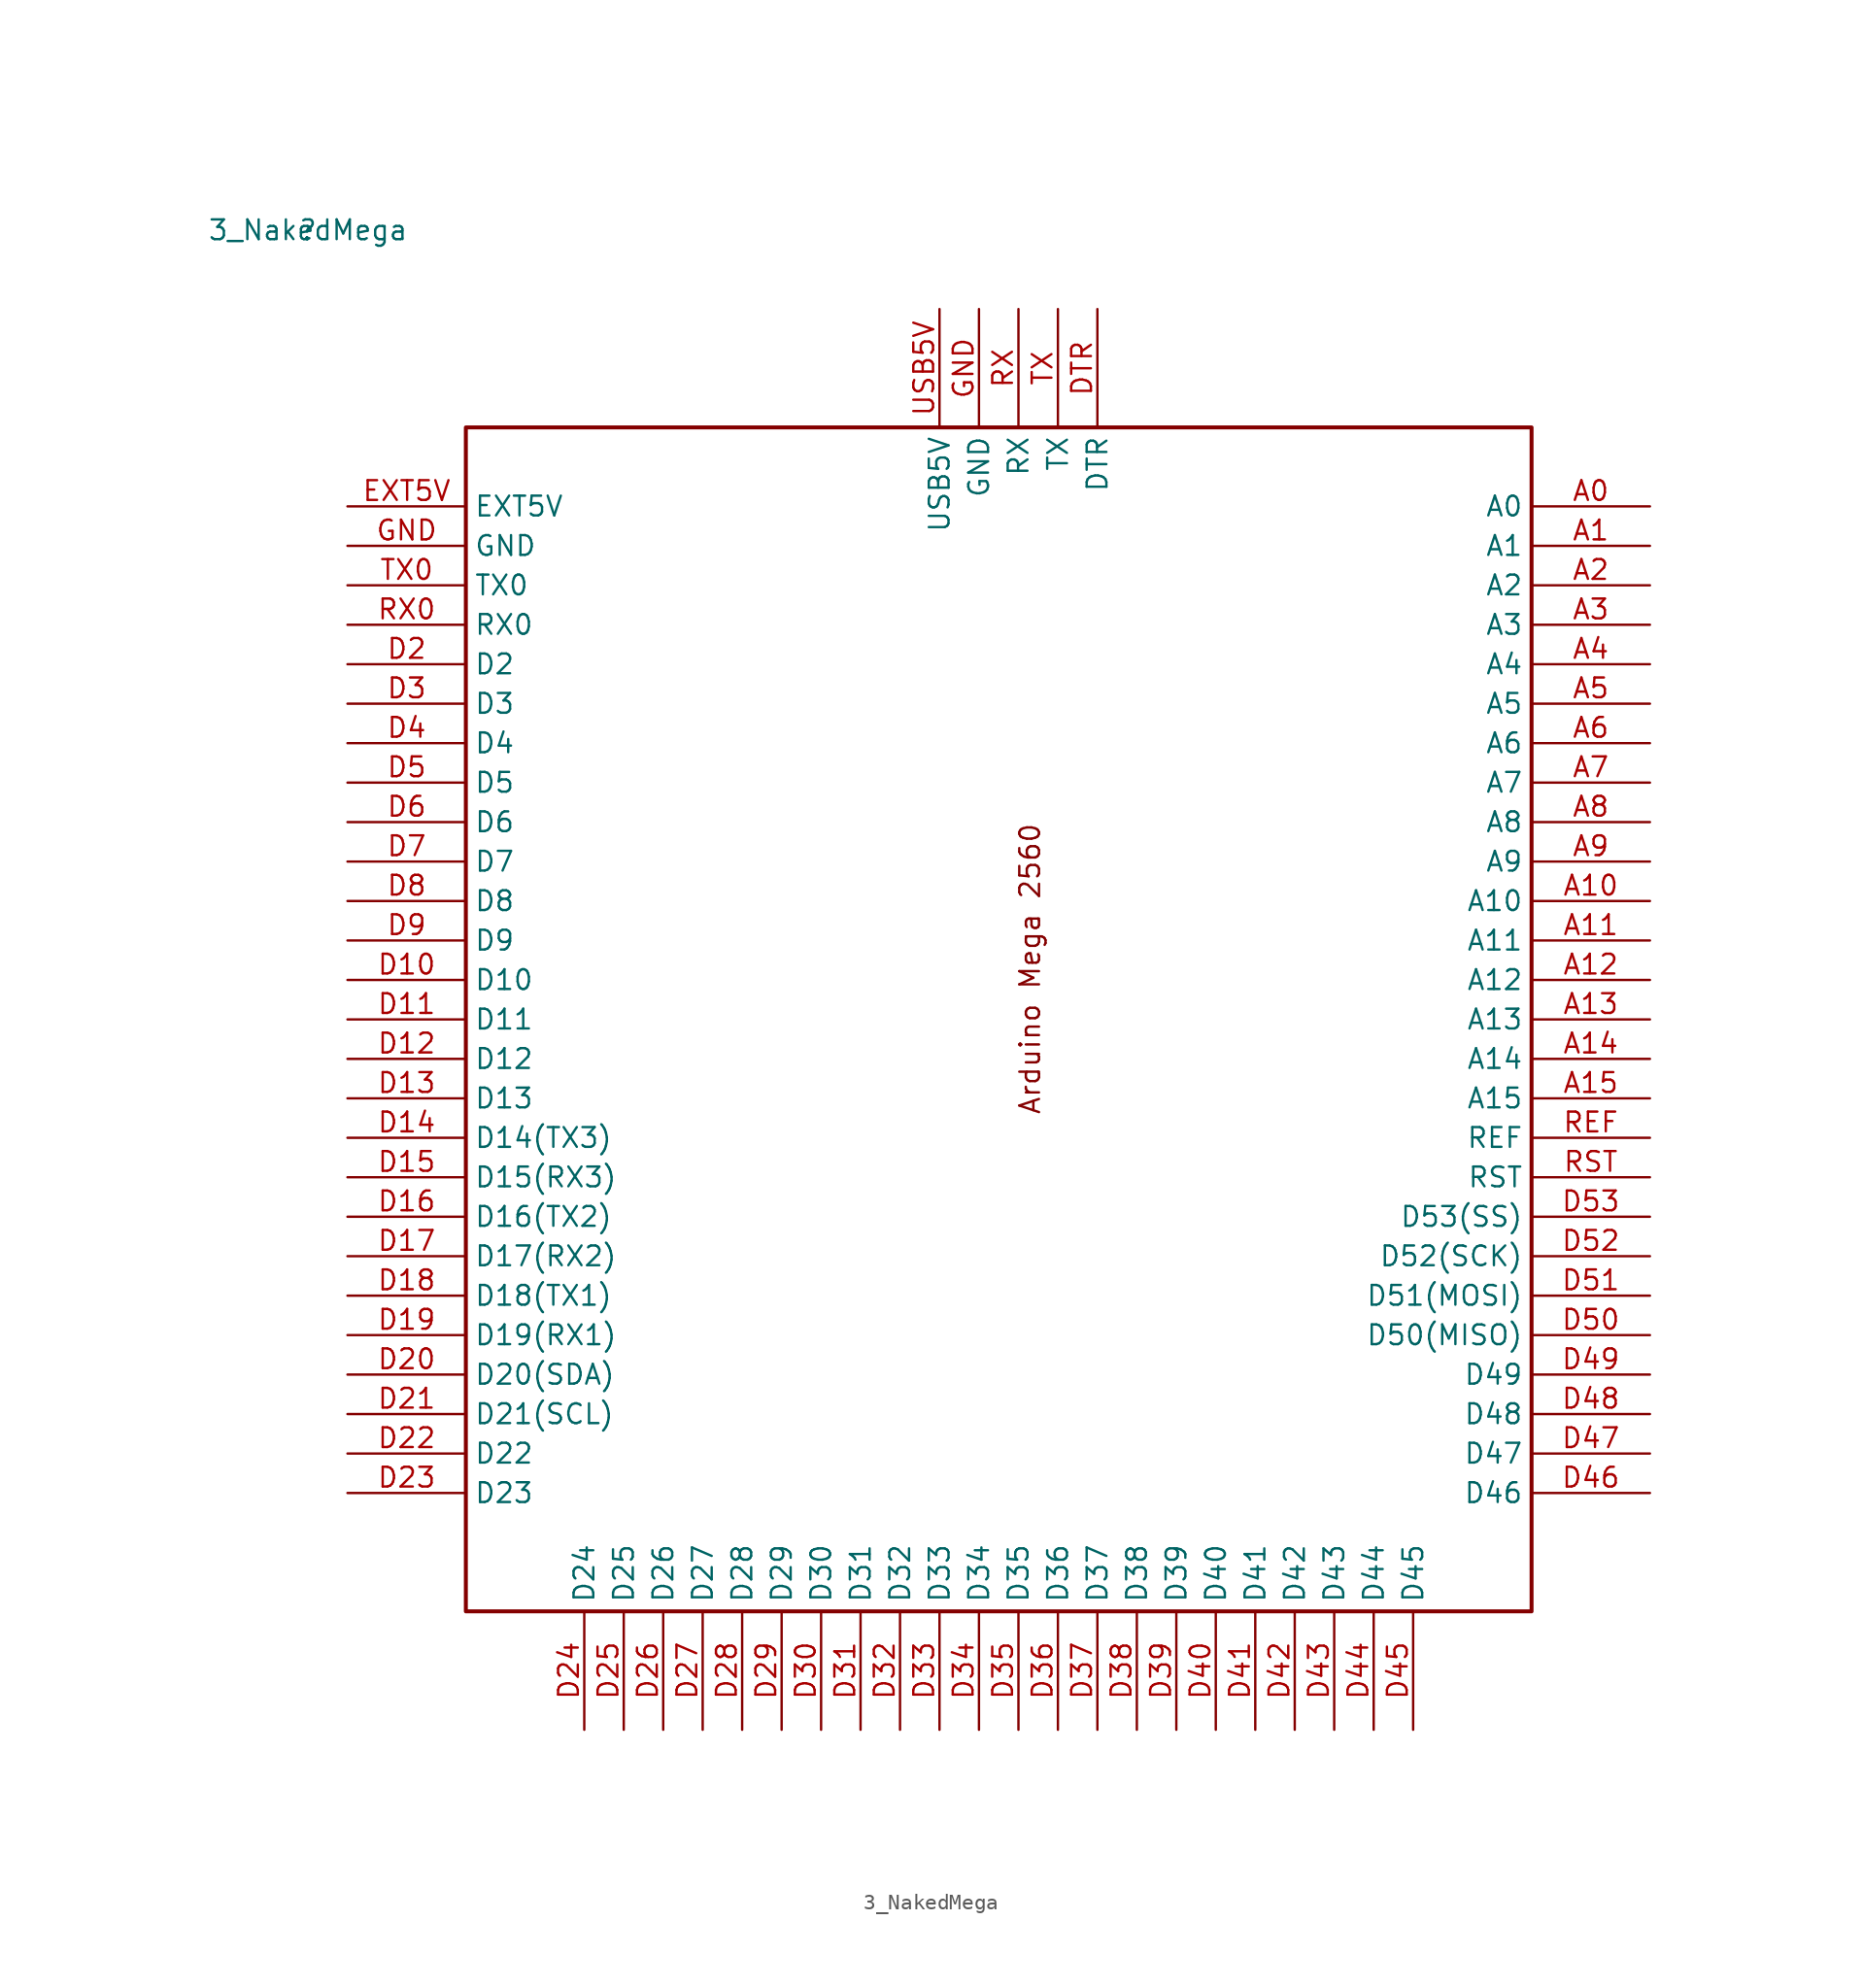
<source format=kicad_sym>
(kicad_symbol_lib
  (version 20211014)
  (generator kicad_symbol_editor)
  (symbol "3_NakedMega"
    (property "Reference" ""
      (at 0 0 0)
      (effects (font (size 1.27 1.27))))
    (property "Value" "3_NakedMega"
      (at 0 0 0)
      (effects (font (size 1.27 1.27))))
    (symbol "3_NakedMega_1_0"
      (polyline (pts (xy 10.16 -12.7) (xy 10.16 -88.9) (xy 78.74 -88.9) (xy 78.74 -12.7) (xy 10.16 -12.7)) (stroke (width 0.254) (type default) (color 0 0 0 0)) (fill (type none)))
      (text "Arduino Mega 2560" (at 45.72 -38.1 900) (effects (font (size 1.27 1.27)) (justify right top)))
      (pin passive line (at 86.36 -17.78 180) (length 7.62) (name "A0" (effects (font (size 1.27 1.27)))) (number "A0" (effects (font (size 1.27 1.27)))))
      (pin passive line (at 86.36 -20.32 180) (length 7.62) (name "A1" (effects (font (size 1.27 1.27)))) (number "A1" (effects (font (size 1.27 1.27)))))
      (pin passive line (at 86.36 -43.18 180) (length 7.62) (name "A10" (effects (font (size 1.27 1.27)))) (number "A10" (effects (font (size 1.27 1.27)))))
      (pin passive line (at 86.36 -45.72 180) (length 7.62) (name "A11" (effects (font (size 1.27 1.27)))) (number "A11" (effects (font (size 1.27 1.27)))))
      (pin passive line (at 86.36 -48.26 180) (length 7.62) (name "A12" (effects (font (size 1.27 1.27)))) (number "A12" (effects (font (size 1.27 1.27)))))
      (pin passive line (at 86.36 -50.8 180) (length 7.62) (name "A13" (effects (font (size 1.27 1.27)))) (number "A13" (effects (font (size 1.27 1.27)))))
      (pin passive line (at 86.36 -53.34 180) (length 7.62) (name "A14" (effects (font (size 1.27 1.27)))) (number "A14" (effects (font (size 1.27 1.27)))))
      (pin passive line (at 86.36 -55.88 180) (length 7.62) (name "A15" (effects (font (size 1.27 1.27)))) (number "A15" (effects (font (size 1.27 1.27)))))
      (pin passive line (at 86.36 -22.86 180) (length 7.62) (name "A2" (effects (font (size 1.27 1.27)))) (number "A2" (effects (font (size 1.27 1.27)))))
      (pin passive line (at 86.36 -25.4 180) (length 7.62) (name "A3" (effects (font (size 1.27 1.27)))) (number "A3" (effects (font (size 1.27 1.27)))))
      (pin passive line (at 86.36 -27.94 180) (length 7.62) (name "A4" (effects (font (size 1.27 1.27)))) (number "A4" (effects (font (size 1.27 1.27)))))
      (pin passive line (at 86.36 -30.48 180) (length 7.62) (name "A5" (effects (font (size 1.27 1.27)))) (number "A5" (effects (font (size 1.27 1.27)))))
      (pin passive line (at 86.36 -33.02 180) (length 7.62) (name "A6" (effects (font (size 1.27 1.27)))) (number "A6" (effects (font (size 1.27 1.27)))))
      (pin passive line (at 86.36 -35.56 180) (length 7.62) (name "A7" (effects (font (size 1.27 1.27)))) (number "A7" (effects (font (size 1.27 1.27)))))
      (pin passive line (at 86.36 -38.1 180) (length 7.62) (name "A8" (effects (font (size 1.27 1.27)))) (number "A8" (effects (font (size 1.27 1.27)))))
      (pin passive line (at 86.36 -40.64 180) (length 7.62) (name "A9" (effects (font (size 1.27 1.27)))) (number "A9" (effects (font (size 1.27 1.27)))))
      (pin passive line (at 2.54 -48.26 0) (length 7.62) (name "D10" (effects (font (size 1.27 1.27)))) (number "D10" (effects (font (size 1.27 1.27)))))
      (pin passive line (at 2.54 -50.8 0) (length 7.62) (name "D11" (effects (font (size 1.27 1.27)))) (number "D11" (effects (font (size 1.27 1.27)))))
      (pin passive line (at 2.54 -53.34 0) (length 7.62) (name "D12" (effects (font (size 1.27 1.27)))) (number "D12" (effects (font (size 1.27 1.27)))))
      (pin passive line (at 2.54 -55.88 0) (length 7.62) (name "D13" (effects (font (size 1.27 1.27)))) (number "D13" (effects (font (size 1.27 1.27)))))
      (pin passive line (at 2.54 -58.42 0) (length 7.62) (name "D14(TX3)" (effects (font (size 1.27 1.27)))) (number "D14" (effects (font (size 1.27 1.27)))))
      (pin passive line (at 2.54 -60.96 0) (length 7.62) (name "D15(RX3)" (effects (font (size 1.27 1.27)))) (number "D15" (effects (font (size 1.27 1.27)))))
      (pin passive line (at 2.54 -63.5 0) (length 7.62) (name "D16(TX2)" (effects (font (size 1.27 1.27)))) (number "D16" (effects (font (size 1.27 1.27)))))
      (pin passive line (at 2.54 -66.04 0) (length 7.62) (name "D17(RX2)" (effects (font (size 1.27 1.27)))) (number "D17" (effects (font (size 1.27 1.27)))))
      (pin passive line (at 2.54 -68.58 0) (length 7.62) (name "D18(TX1)" (effects (font (size 1.27 1.27)))) (number "D18" (effects (font (size 1.27 1.27)))))
      (pin passive line (at 2.54 -71.12 0) (length 7.62) (name "D19(RX1)" (effects (font (size 1.27 1.27)))) (number "D19" (effects (font (size 1.27 1.27)))))
      (pin passive line (at 2.54 -27.94 0) (length 7.62) (name "D2" (effects (font (size 1.27 1.27)))) (number "D2" (effects (font (size 1.27 1.27)))))
      (pin passive line (at 2.54 -73.66 0) (length 7.62) (name "D20(SDA)" (effects (font (size 1.27 1.27)))) (number "D20" (effects (font (size 1.27 1.27)))))
      (pin passive line (at 2.54 -76.2 0) (length 7.62) (name "D21(SCL)" (effects (font (size 1.27 1.27)))) (number "D21" (effects (font (size 1.27 1.27)))))
      (pin passive line (at 2.54 -78.74 0) (length 7.62) (name "D22" (effects (font (size 1.27 1.27)))) (number "D22" (effects (font (size 1.27 1.27)))))
      (pin passive line (at 2.54 -81.28 0) (length 7.62) (name "D23" (effects (font (size 1.27 1.27)))) (number "D23" (effects (font (size 1.27 1.27)))))
      (pin passive line (at 17.78 -96.52 90) (length 7.62) (name "D24" (effects (font (size 1.27 1.27)))) (number "D24" (effects (font (size 1.27 1.27)))))
      (pin passive line (at 20.32 -96.52 90) (length 7.62) (name "D25" (effects (font (size 1.27 1.27)))) (number "D25" (effects (font (size 1.27 1.27)))))
      (pin passive line (at 22.86 -96.52 90) (length 7.62) (name "D26" (effects (font (size 1.27 1.27)))) (number "D26" (effects (font (size 1.27 1.27)))))
      (pin passive line (at 25.4 -96.52 90) (length 7.62) (name "D27" (effects (font (size 1.27 1.27)))) (number "D27" (effects (font (size 1.27 1.27)))))
      (pin passive line (at 27.94 -96.52 90) (length 7.62) (name "D28" (effects (font (size 1.27 1.27)))) (number "D28" (effects (font (size 1.27 1.27)))))
      (pin passive line (at 30.48 -96.52 90) (length 7.62) (name "D29" (effects (font (size 1.27 1.27)))) (number "D29" (effects (font (size 1.27 1.27)))))
      (pin passive line (at 2.54 -30.48 0) (length 7.62) (name "D3" (effects (font (size 1.27 1.27)))) (number "D3" (effects (font (size 1.27 1.27)))))
      (pin passive line (at 33.02 -96.52 90) (length 7.62) (name "D30" (effects (font (size 1.27 1.27)))) (number "D30" (effects (font (size 1.27 1.27)))))
      (pin passive line (at 35.56 -96.52 90) (length 7.62) (name "D31" (effects (font (size 1.27 1.27)))) (number "D31" (effects (font (size 1.27 1.27)))))
      (pin passive line (at 38.1 -96.52 90) (length 7.62) (name "D32" (effects (font (size 1.27 1.27)))) (number "D32" (effects (font (size 1.27 1.27)))))
      (pin passive line (at 40.64 -96.52 90) (length 7.62) (name "D33" (effects (font (size 1.27 1.27)))) (number "D33" (effects (font (size 1.27 1.27)))))
      (pin passive line (at 43.18 -96.52 90) (length 7.62) (name "D34" (effects (font (size 1.27 1.27)))) (number "D34" (effects (font (size 1.27 1.27)))))
      (pin passive line (at 45.72 -96.52 90) (length 7.62) (name "D35" (effects (font (size 1.27 1.27)))) (number "D35" (effects (font (size 1.27 1.27)))))
      (pin passive line (at 48.26 -96.52 90) (length 7.62) (name "D36" (effects (font (size 1.27 1.27)))) (number "D36" (effects (font (size 1.27 1.27)))))
      (pin passive line (at 50.8 -96.52 90) (length 7.62) (name "D37" (effects (font (size 1.27 1.27)))) (number "D37" (effects (font (size 1.27 1.27)))))
      (pin passive line (at 53.34 -96.52 90) (length 7.62) (name "D38" (effects (font (size 1.27 1.27)))) (number "D38" (effects (font (size 1.27 1.27)))))
      (pin passive line (at 55.88 -96.52 90) (length 7.62) (name "D39" (effects (font (size 1.27 1.27)))) (number "D39" (effects (font (size 1.27 1.27)))))
      (pin passive line (at 2.54 -33.02 0) (length 7.62) (name "D4" (effects (font (size 1.27 1.27)))) (number "D4" (effects (font (size 1.27 1.27)))))
      (pin passive line (at 58.42 -96.52 90) (length 7.62) (name "D40" (effects (font (size 1.27 1.27)))) (number "D40" (effects (font (size 1.27 1.27)))))
      (pin passive line (at 60.96 -96.52 90) (length 7.62) (name "D41" (effects (font (size 1.27 1.27)))) (number "D41" (effects (font (size 1.27 1.27)))))
      (pin passive line (at 63.5 -96.52 90) (length 7.62) (name "D42" (effects (font (size 1.27 1.27)))) (number "D42" (effects (font (size 1.27 1.27)))))
      (pin passive line (at 66.04 -96.52 90) (length 7.62) (name "D43" (effects (font (size 1.27 1.27)))) (number "D43" (effects (font (size 1.27 1.27)))))
      (pin passive line (at 68.58 -96.52 90) (length 7.62) (name "D44" (effects (font (size 1.27 1.27)))) (number "D44" (effects (font (size 1.27 1.27)))))
      (pin passive line (at 71.12 -96.52 90) (length 7.62) (name "D45" (effects (font (size 1.27 1.27)))) (number "D45" (effects (font (size 1.27 1.27)))))
      (pin passive line (at 86.36 -81.28 180) (length 7.62) (name "D46" (effects (font (size 1.27 1.27)))) (number "D46" (effects (font (size 1.27 1.27)))))
      (pin passive line (at 86.36 -78.74 180) (length 7.62) (name "D47" (effects (font (size 1.27 1.27)))) (number "D47" (effects (font (size 1.27 1.27)))))
      (pin passive line (at 86.36 -76.2 180) (length 7.62) (name "D48" (effects (font (size 1.27 1.27)))) (number "D48" (effects (font (size 1.27 1.27)))))
      (pin passive line (at 86.36 -73.66 180) (length 7.62) (name "D49" (effects (font (size 1.27 1.27)))) (number "D49" (effects (font (size 1.27 1.27)))))
      (pin passive line (at 2.54 -35.56 0) (length 7.62) (name "D5" (effects (font (size 1.27 1.27)))) (number "D5" (effects (font (size 1.27 1.27)))))
      (pin passive line (at 86.36 -71.12 180) (length 7.62) (name "D50(MISO)" (effects (font (size 1.27 1.27)))) (number "D50" (effects (font (size 1.27 1.27)))))
      (pin passive line (at 86.36 -68.58 180) (length 7.62) (name "D51(MOSI)" (effects (font (size 1.27 1.27)))) (number "D51" (effects (font (size 1.27 1.27)))))
      (pin passive line (at 86.36 -66.04 180) (length 7.62) (name "D52(SCK)" (effects (font (size 1.27 1.27)))) (number "D52" (effects (font (size 1.27 1.27)))))
      (pin passive line (at 86.36 -63.5 180) (length 7.62) (name "D53(SS)" (effects (font (size 1.27 1.27)))) (number "D53" (effects (font (size 1.27 1.27)))))
      (pin passive line (at 2.54 -38.1 0) (length 7.62) (name "D6" (effects (font (size 1.27 1.27)))) (number "D6" (effects (font (size 1.27 1.27)))))
      (pin passive line (at 2.54 -40.64 0) (length 7.62) (name "D7" (effects (font (size 1.27 1.27)))) (number "D7" (effects (font (size 1.27 1.27)))))
      (pin passive line (at 2.54 -43.18 0) (length 7.62) (name "D8" (effects (font (size 1.27 1.27)))) (number "D8" (effects (font (size 1.27 1.27)))))
      (pin passive line (at 2.54 -45.72 0) (length 7.62) (name "D9" (effects (font (size 1.27 1.27)))) (number "D9" (effects (font (size 1.27 1.27)))))
      (pin passive line (at 50.8 -5.08 270) (length 7.62) (name "DTR" (effects (font (size 1.27 1.27)))) (number "DTR" (effects (font (size 1.27 1.27)))))
      (pin passive line (at 2.54 -17.78 0) (length 7.62) (name "EXT5V" (effects (font (size 1.27 1.27)))) (number "EXT5V" (effects (font (size 1.27 1.27)))))
      (pin passive line (at 2.54 -20.32 0) (length 7.62) (name "GND" (effects (font (size 1.27 1.27)))) (number "GND" (effects (font (size 1.27 1.27)))))
      (pin passive line (at 43.18 -5.08 270) (length 7.62) (name "GND" (effects (font (size 1.27 1.27)))) (number "GND" (effects (font (size 1.27 1.27)))))
      (pin passive line (at 86.36 -58.42 180) (length 7.62) (name "REF" (effects (font (size 1.27 1.27)))) (number "REF" (effects (font (size 1.27 1.27)))))
      (pin passive line (at 86.36 -60.96 180) (length 7.62) (name "RST" (effects (font (size 1.27 1.27)))) (number "RST" (effects (font (size 1.27 1.27)))))
      (pin passive line (at 45.72 -5.08 270) (length 7.62) (name "RX" (effects (font (size 1.27 1.27)))) (number "RX" (effects (font (size 1.27 1.27)))))
      (pin passive line (at 2.54 -25.4 0) (length 7.62) (name "RX0" (effects (font (size 1.27 1.27)))) (number "RX0" (effects (font (size 1.27 1.27)))))
      (pin passive line (at 48.26 -5.08 270) (length 7.62) (name "TX" (effects (font (size 1.27 1.27)))) (number "TX" (effects (font (size 1.27 1.27)))))
      (pin passive line (at 2.54 -22.86 0) (length 7.62) (name "TX0" (effects (font (size 1.27 1.27)))) (number "TX0" (effects (font (size 1.27 1.27)))))
      (pin passive line (at 40.64 -5.08 270) (length 7.62) (name "USB5V" (effects (font (size 1.27 1.27)))) (number "USB5V" (effects (font (size 1.27 1.27))))))))
</source>
